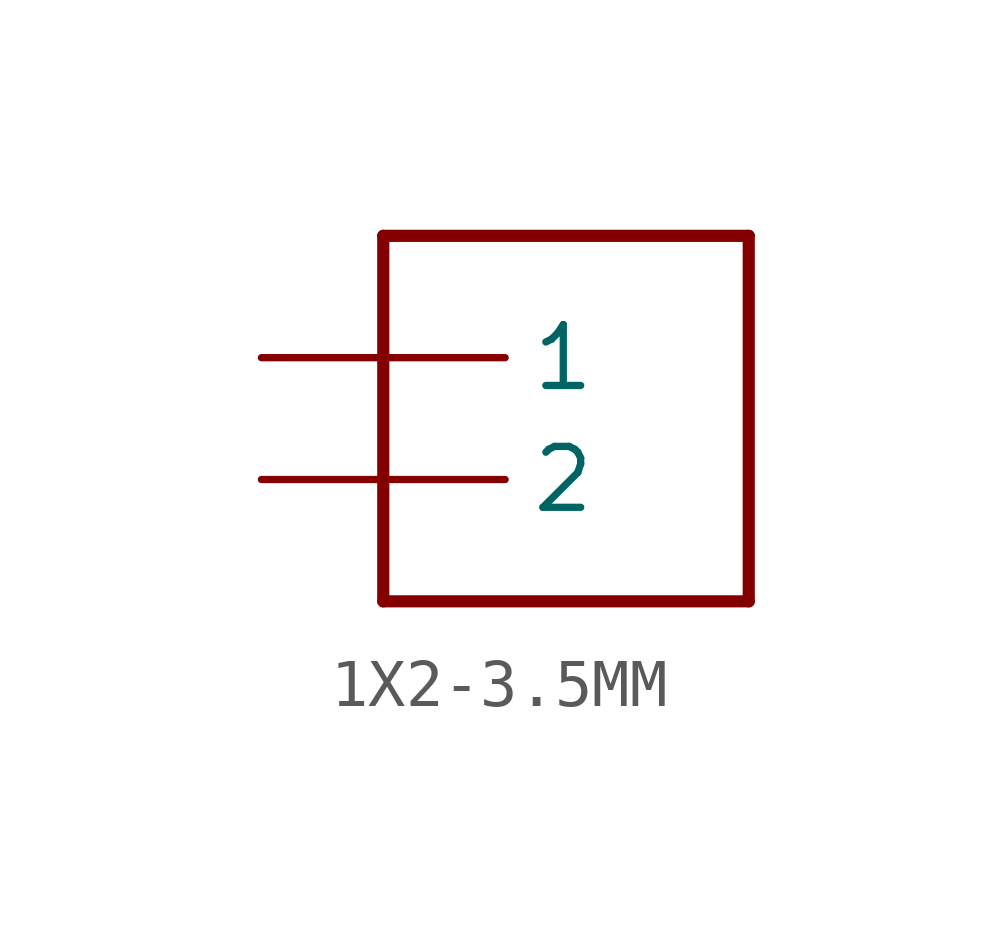
<source format=kicad_sym>
(kicad_symbol_lib
  (version 20220914)
  (generator kicad_symbol_editor)
  (symbol "1X2-3.5MM"
    (property "Reference" "J"
      (at 0 0 0)
      (effects (font (size 1.27 1.27)) hide))
    (property "ki_locked" ""
      (at 0 0 0)
      (effects (font (size 1.27 1.27))))
    (symbol "1X2-3.5MM_1_0"
      (polyline (pts (xy -2.54 -2.54) (xy 5.08 -2.54)) (stroke (width 0.254) (type solid)) (fill (type none)))
      (polyline (pts (xy -2.54 5.08) (xy -2.54 -2.54)) (stroke (width 0.254) (type solid)) (fill (type none)))
      (polyline (pts (xy 5.08 -2.54) (xy 5.08 5.08)) (stroke (width 0.254) (type solid)) (fill (type none)))
      (polyline (pts (xy 5.08 5.08) (xy -2.54 5.08)) (stroke (width 0.254) (type solid)) (fill (type none)))
      (pin passive line (at -5.08 2.54 0) (length 5.08) (name "1" (effects (font (size 1.27 1.27)))) (number "1" (effects (font (size 0 0)))))
      (pin passive line (at -5.08 0 0) (length 5.08) (name "2" (effects (font (size 1.27 1.27)))) (number "2" (effects (font (size 0 0))))))))
</source>
